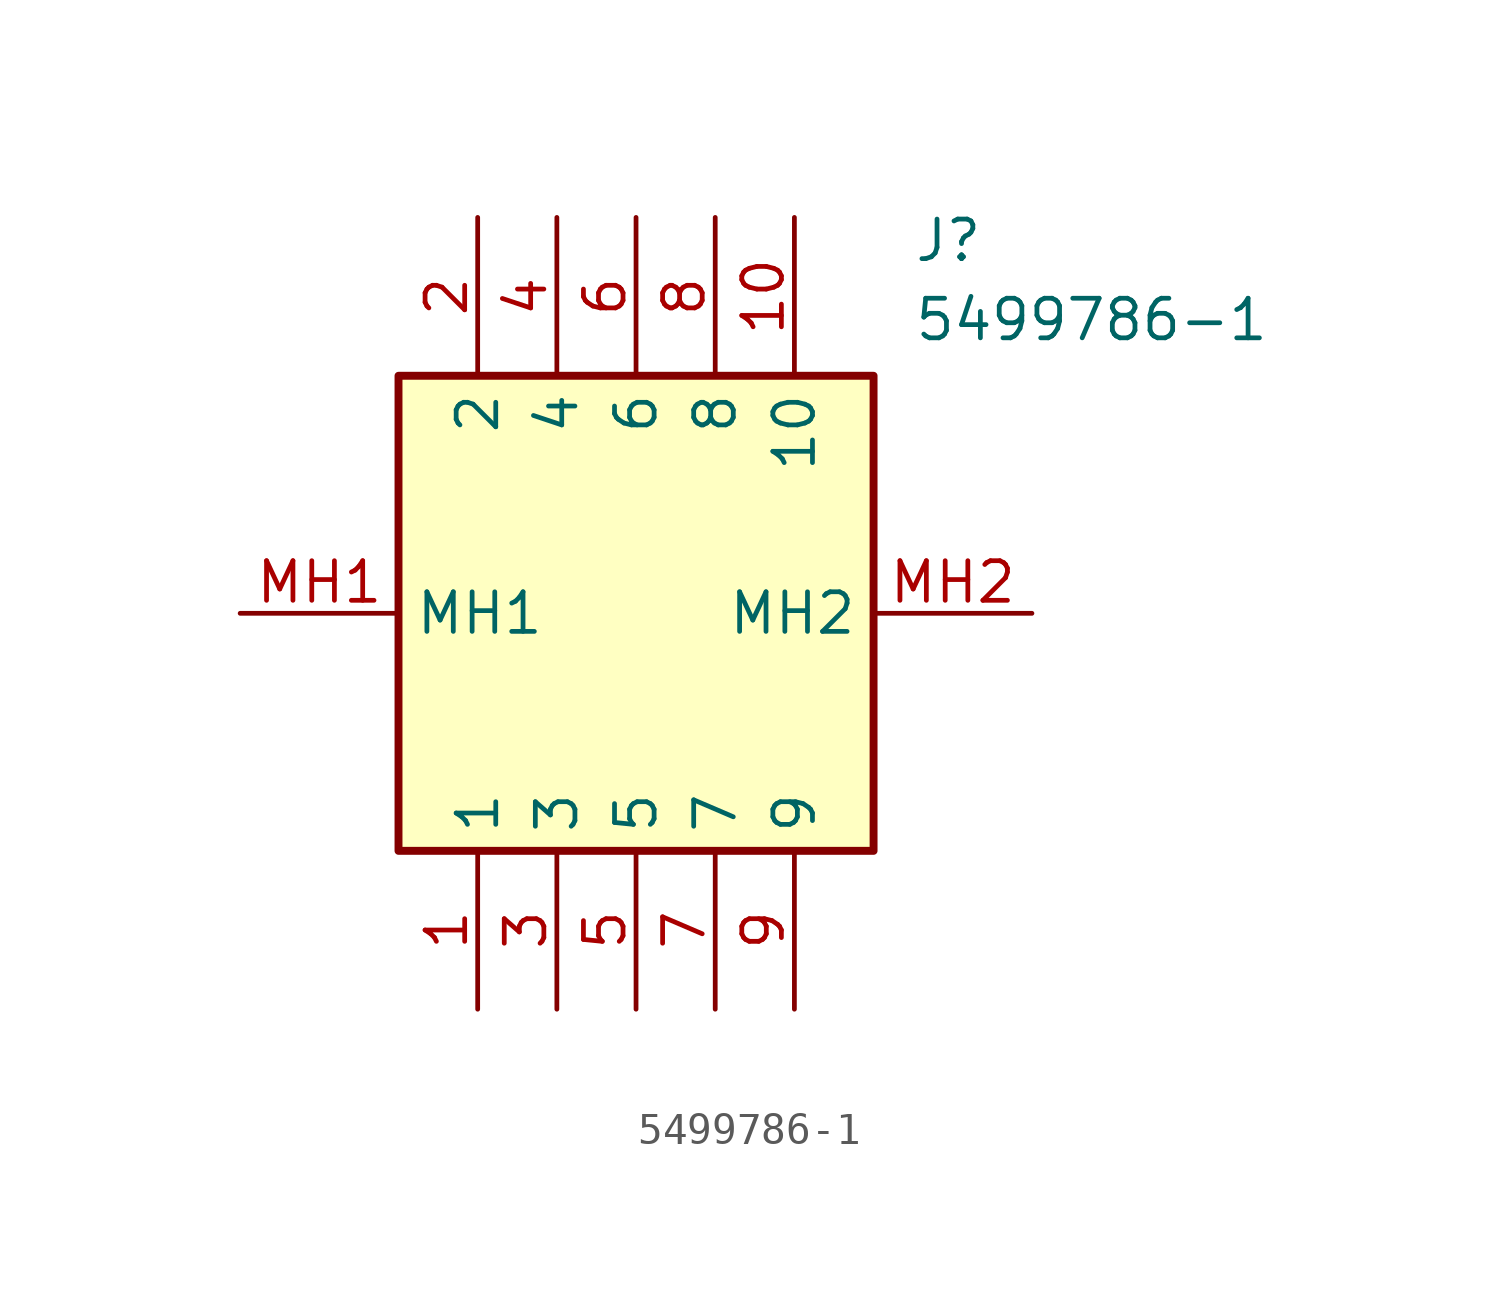
<source format=kicad_sym>
(kicad_symbol_lib
  (version 20211014)
  (generator SamacSys_ECAD_Model)
  (symbol "5499786-1"
    (property "Reference" "J"
      (at 21.59 12.7 0)
      (effects (font (size 1.27 1.27)) (justify left top)))
    (property "Value" "5499786-1"
      (at 21.59 10.16 0)
      (effects (font (size 1.27 1.27)) (justify left top)))
    (rectangle
      (start 5.08 7.62)
      (end 20.32 -7.62)
      (stroke (width 0.254) (type default))
      (fill (type background)))
    (pin passive line
      (at 7.62 -12.7 90)
      (length 5.08)
      (name "1" (effects (font (size 1.27 1.27))))
      (number "1" (effects (font (size 1.27 1.27)))))
    (pin passive line
      (at 7.62 12.7 270)
      (length 5.08)
      (name "2" (effects (font (size 1.27 1.27))))
      (number "2" (effects (font (size 1.27 1.27)))))
    (pin passive line
      (at 10.16 -12.7 90)
      (length 5.08)
      (name "3" (effects (font (size 1.27 1.27))))
      (number "3" (effects (font (size 1.27 1.27)))))
    (pin passive line
      (at 10.16 12.7 270)
      (length 5.08)
      (name "4" (effects (font (size 1.27 1.27))))
      (number "4" (effects (font (size 1.27 1.27)))))
    (pin passive line
      (at 12.7 -12.7 90)
      (length 5.08)
      (name "5" (effects (font (size 1.27 1.27))))
      (number "5" (effects (font (size 1.27 1.27)))))
    (pin passive line
      (at 12.7 12.7 270)
      (length 5.08)
      (name "6" (effects (font (size 1.27 1.27))))
      (number "6" (effects (font (size 1.27 1.27)))))
    (pin passive line
      (at 15.24 -12.7 90)
      (length 5.08)
      (name "7" (effects (font (size 1.27 1.27))))
      (number "7" (effects (font (size 1.27 1.27)))))
    (pin passive line
      (at 15.24 12.7 270)
      (length 5.08)
      (name "8" (effects (font (size 1.27 1.27))))
      (number "8" (effects (font (size 1.27 1.27)))))
    (pin passive line
      (at 17.78 -12.7 90)
      (length 5.08)
      (name "9" (effects (font (size 1.27 1.27))))
      (number "9" (effects (font (size 1.27 1.27)))))
    (pin passive line
      (at 17.78 12.7 270)
      (length 5.08)
      (name "10" (effects (font (size 1.27 1.27))))
      (number "10" (effects (font (size 1.27 1.27)))))
    (pin passive line
      (at 0 0 0)
      (length 5.08)
      (name "MH1" (effects (font (size 1.27 1.27))))
      (number "MH1" (effects (font (size 1.27 1.27)))))
    (pin passive line
      (at 25.4 0 180)
      (length 5.08)
      (name "MH2" (effects (font (size 1.27 1.27))))
      (number "MH2" (effects (font (size 1.27 1.27)))))))
</source>
